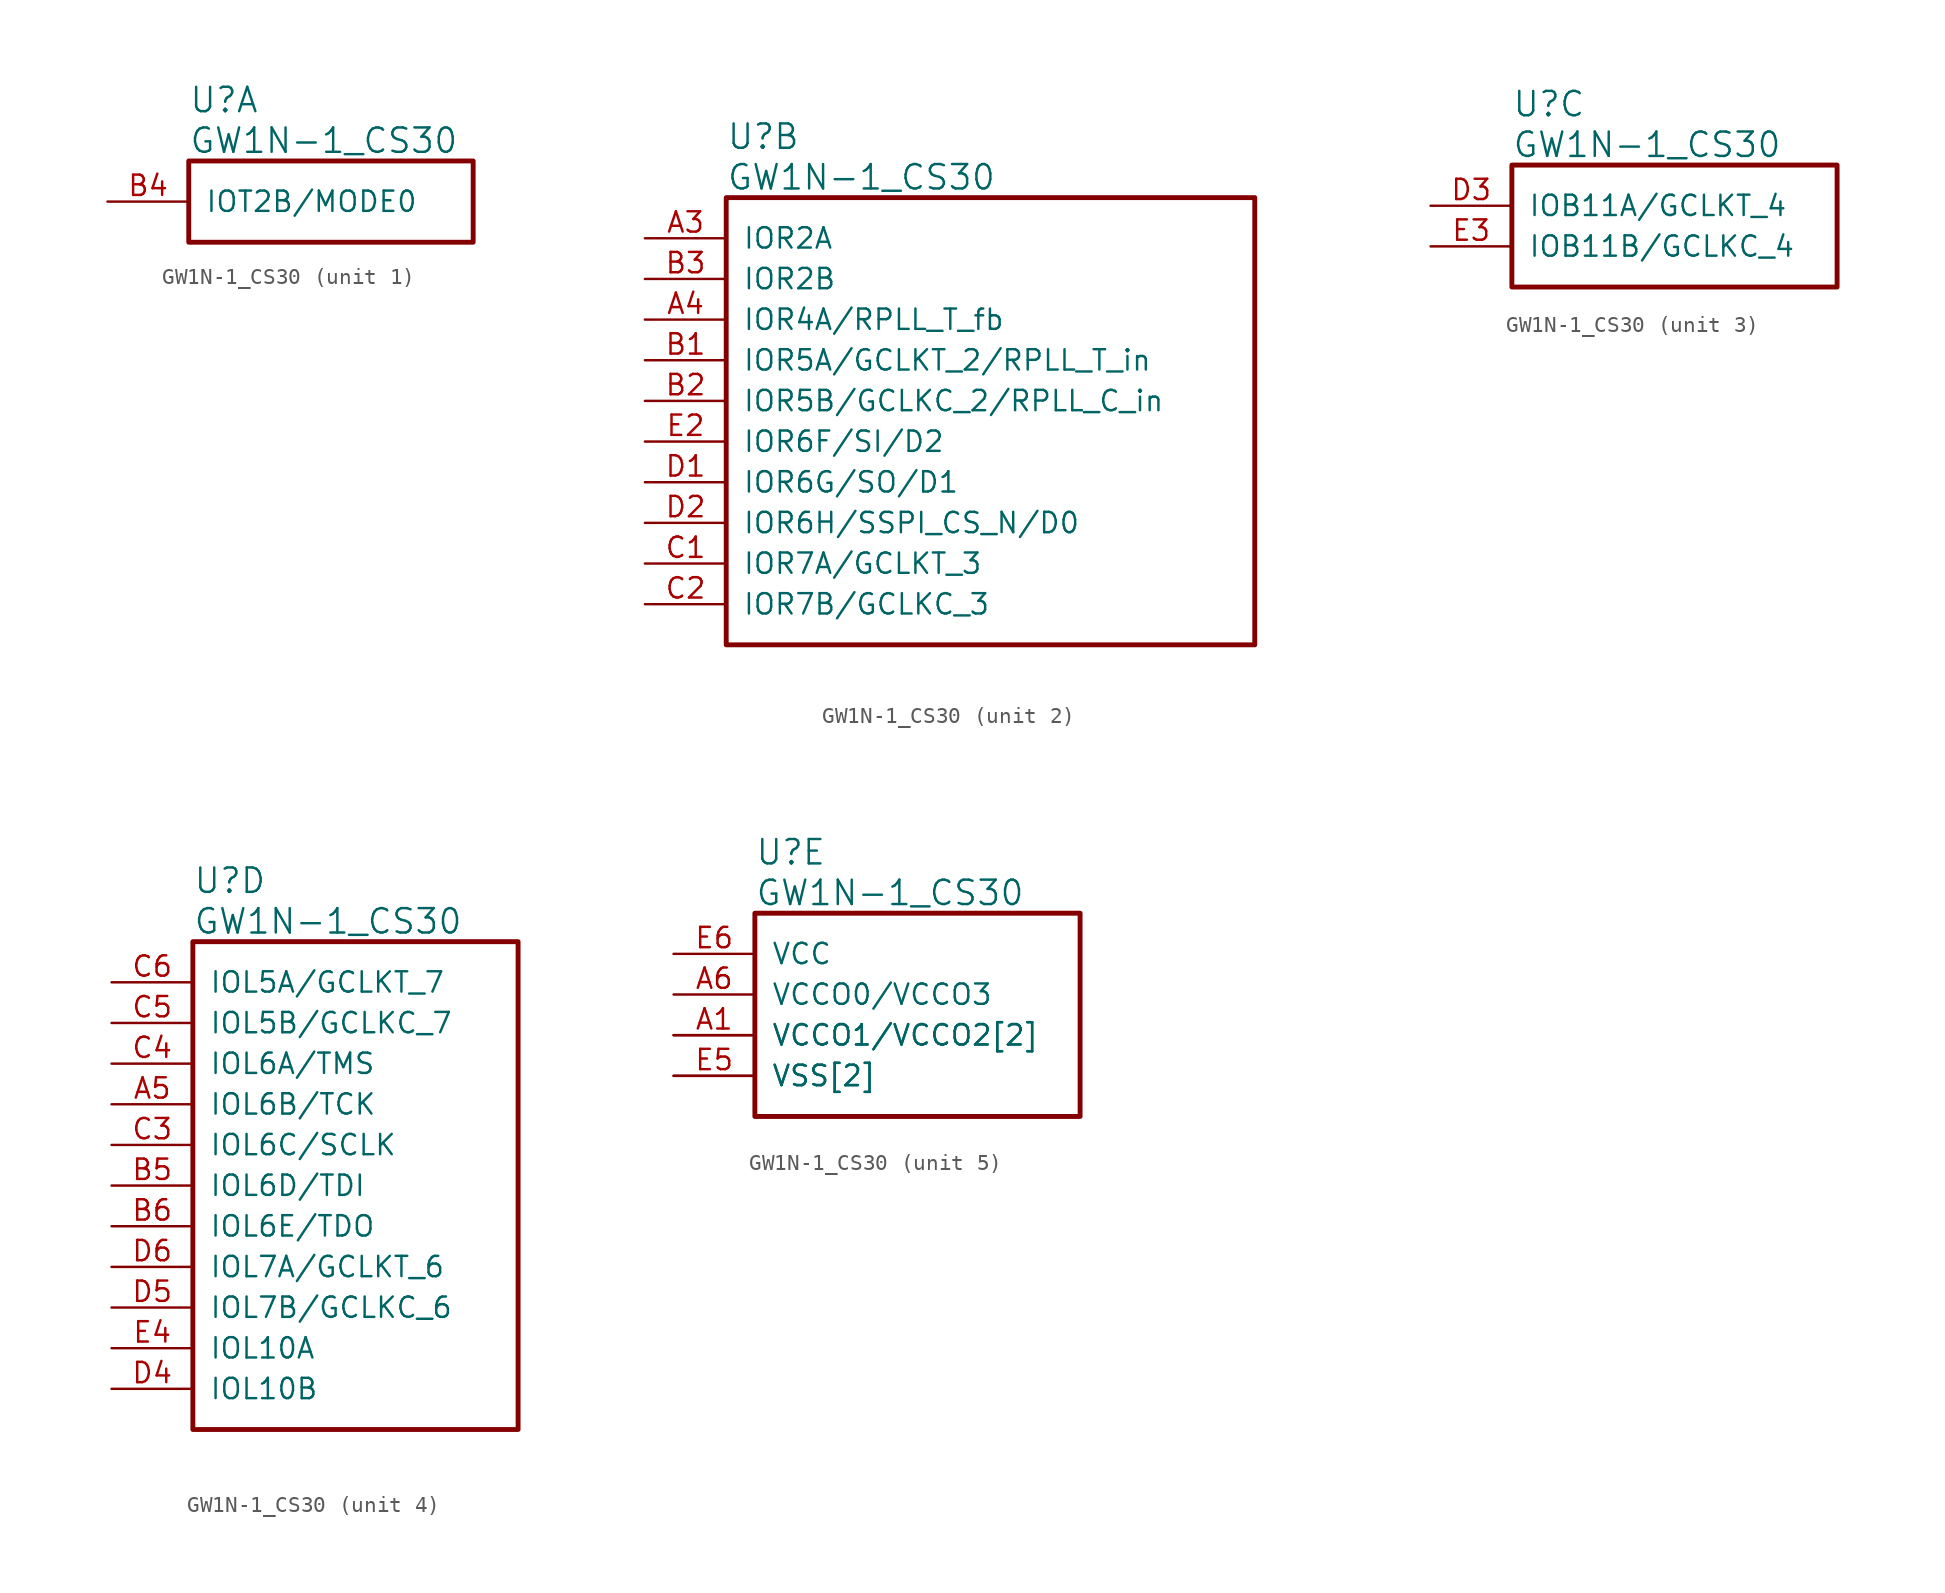
<source format=kicad_sym>
(kicad_symbol_lib
  (version 20211014)
  (generator kicad_symbol_editor)
  (symbol "GW1N-1_CS30"
    (pin_names
      (offset 1.016))
    (property "Reference" "U"
      (at 5.08 6.35 0)
      (effects (font (size 1.524 1.524)) (justify left)))
    (property "Value" "GW1N-1_CS30"
      (at 5.08 3.81 0)
      (effects (font (size 1.524 1.524)) (justify left)))
    (property "ki_locked" ""
      (at 0 0 0)
      (effects (font (size 1.27 1.27))))
    (symbol "GW1N-1_CS30_1_1"
      (rectangle (start 5.08 2.54) (end 22.86 -2.54) (stroke (width 0.305) (type default) (color 0 0 0 0)) (fill (type none)))
      (pin bidirectional line (at 0 0 0) (length 5.08) (name "IOT2B/MODE0" (effects (font (size 1.27 1.27)))) (number "B4" (effects (font (size 1.27 1.27))))))
    (symbol "GW1N-1_CS30_2_1"
      (rectangle (start 5.08 2.54) (end 38.1 -25.4) (stroke (width 0.305) (type default) (color 0 0 0 0)) (fill (type none)))
      (pin bidirectional line (at 0 0 0) (length 5.08) (name "IOR2A" (effects (font (size 1.27 1.27)))) (number "A3" (effects (font (size 1.27 1.27)))))
      (pin bidirectional line (at 0 -5.08 0) (length 5.08) (name "IOR4A/RPLL_T_fb" (effects (font (size 1.27 1.27)))) (number "A4" (effects (font (size 1.27 1.27)))))
      (pin bidirectional line (at 0 -7.62 0) (length 5.08) (name "IOR5A/GCLKT_2/RPLL_T_in" (effects (font (size 1.27 1.27)))) (number "B1" (effects (font (size 1.27 1.27)))))
      (pin bidirectional line (at 0 -10.16 0) (length 5.08) (name "IOR5B/GCLKC_2/RPLL_C_in" (effects (font (size 1.27 1.27)))) (number "B2" (effects (font (size 1.27 1.27)))))
      (pin bidirectional line (at 0 -2.54 0) (length 5.08) (name "IOR2B" (effects (font (size 1.27 1.27)))) (number "B3" (effects (font (size 1.27 1.27)))))
      (pin bidirectional line (at 0 -20.32 0) (length 5.08) (name "IOR7A/GCLKT_3" (effects (font (size 1.27 1.27)))) (number "C1" (effects (font (size 1.27 1.27)))))
      (pin bidirectional line (at 0 -22.86 0) (length 5.08) (name "IOR7B/GCLKC_3" (effects (font (size 1.27 1.27)))) (number "C2" (effects (font (size 1.27 1.27)))))
      (pin bidirectional line (at 0 -15.24 0) (length 5.08) (name "IOR6G/SO/D1" (effects (font (size 1.27 1.27)))) (number "D1" (effects (font (size 1.27 1.27)))))
      (pin bidirectional line (at 0 -17.78 0) (length 5.08) (name "IOR6H/SSPI_CS_N/D0" (effects (font (size 1.27 1.27)))) (number "D2" (effects (font (size 1.27 1.27)))))
      (pin bidirectional line (at 0 -12.7 0) (length 5.08) (name "IOR6F/SI/D2" (effects (font (size 1.27 1.27)))) (number "E2" (effects (font (size 1.27 1.27))))))
    (symbol "GW1N-1_CS30_3_1"
      (rectangle (start 5.08 2.54) (end 25.4 -5.08) (stroke (width 0.305) (type default) (color 0 0 0 0)) (fill (type none)))
      (pin bidirectional line (at 0 0 0) (length 5.08) (name "IOB11A/GCLKT_4" (effects (font (size 1.27 1.27)))) (number "D3" (effects (font (size 1.27 1.27)))))
      (pin bidirectional line (at 0 -2.54 0) (length 5.08) (name "IOB11B/GCLKC_4" (effects (font (size 1.27 1.27)))) (number "E3" (effects (font (size 1.27 1.27))))))
    (symbol "GW1N-1_CS30_4_1"
      (rectangle (start 5.08 2.54) (end 25.4 -27.94) (stroke (width 0.305) (type default) (color 0 0 0 0)) (fill (type none)))
      (pin bidirectional line (at 0 -7.62 0) (length 5.08) (name "IOL6B/TCK" (effects (font (size 1.27 1.27)))) (number "A5" (effects (font (size 1.27 1.27)))))
      (pin bidirectional line (at 0 -12.7 0) (length 5.08) (name "IOL6D/TDI" (effects (font (size 1.27 1.27)))) (number "B5" (effects (font (size 1.27 1.27)))))
      (pin bidirectional line (at 0 -15.24 0) (length 5.08) (name "IOL6E/TDO" (effects (font (size 1.27 1.27)))) (number "B6" (effects (font (size 1.27 1.27)))))
      (pin bidirectional line (at 0 -10.16 0) (length 5.08) (name "IOL6C/SCLK" (effects (font (size 1.27 1.27)))) (number "C3" (effects (font (size 1.27 1.27)))))
      (pin bidirectional line (at 0 -5.08 0) (length 5.08) (name "IOL6A/TMS" (effects (font (size 1.27 1.27)))) (number "C4" (effects (font (size 1.27 1.27)))))
      (pin bidirectional line (at 0 -2.54 0) (length 5.08) (name "IOL5B/GCLKC_7" (effects (font (size 1.27 1.27)))) (number "C5" (effects (font (size 1.27 1.27)))))
      (pin bidirectional line (at 0 0 0) (length 5.08) (name "IOL5A/GCLKT_7" (effects (font (size 1.27 1.27)))) (number "C6" (effects (font (size 1.27 1.27)))))
      (pin bidirectional line (at 0 -25.4 0) (length 5.08) (name "IOL10B" (effects (font (size 1.27 1.27)))) (number "D4" (effects (font (size 1.27 1.27)))))
      (pin bidirectional line (at 0 -20.32 0) (length 5.08) (name "IOL7B/GCLKC_6" (effects (font (size 1.27 1.27)))) (number "D5" (effects (font (size 1.27 1.27)))))
      (pin bidirectional line (at 0 -17.78 0) (length 5.08) (name "IOL7A/GCLKT_6" (effects (font (size 1.27 1.27)))) (number "D6" (effects (font (size 1.27 1.27)))))
      (pin bidirectional line (at 0 -22.86 0) (length 5.08) (name "IOL10A" (effects (font (size 1.27 1.27)))) (number "E4" (effects (font (size 1.27 1.27))))))
    (symbol "GW1N-1_CS30_5_1"
      (rectangle (start 5.08 2.54) (end 25.4 -10.16) (stroke (width 0.305) (type default) (color 0 0 0 0)) (fill (type none)))
      (pin power_in line (at 0 -5.08 0) (length 5.08) (name "VCCO1/VCCO2[2]" (effects (font (size 1.27 1.27)))) (number "A1" (effects (font (size 1.27 1.27)))))
      (pin power_in line (at 0 -7.62 0) (length 5.08) (name "VSS[2]" (effects (font (size 1.27 1.27)))) (number "A2" (effects (font (size 0 0)))))
      (pin power_in line (at 0 -2.54 0) (length 5.08) (name "VCCO0/VCCO3" (effects (font (size 1.27 1.27)))) (number "A6" (effects (font (size 1.27 1.27)))))
      (pin power_in line (at 0 -5.08 0) (length 5.08) (name "VCCO1/VCCO2[2]" (effects (font (size 1.27 1.27)))) (number "E1" (effects (font (size 0 0)))))
      (pin power_in line (at 0 -7.62 0) (length 5.08) (name "VSS[2]" (effects (font (size 1.27 1.27)))) (number "E5" (effects (font (size 1.27 1.27)))))
      (pin power_in line (at 0 0 0) (length 5.08) (name "VCC" (effects (font (size 1.27 1.27)))) (number "E6" (effects (font (size 1.27 1.27))))))))
</source>
